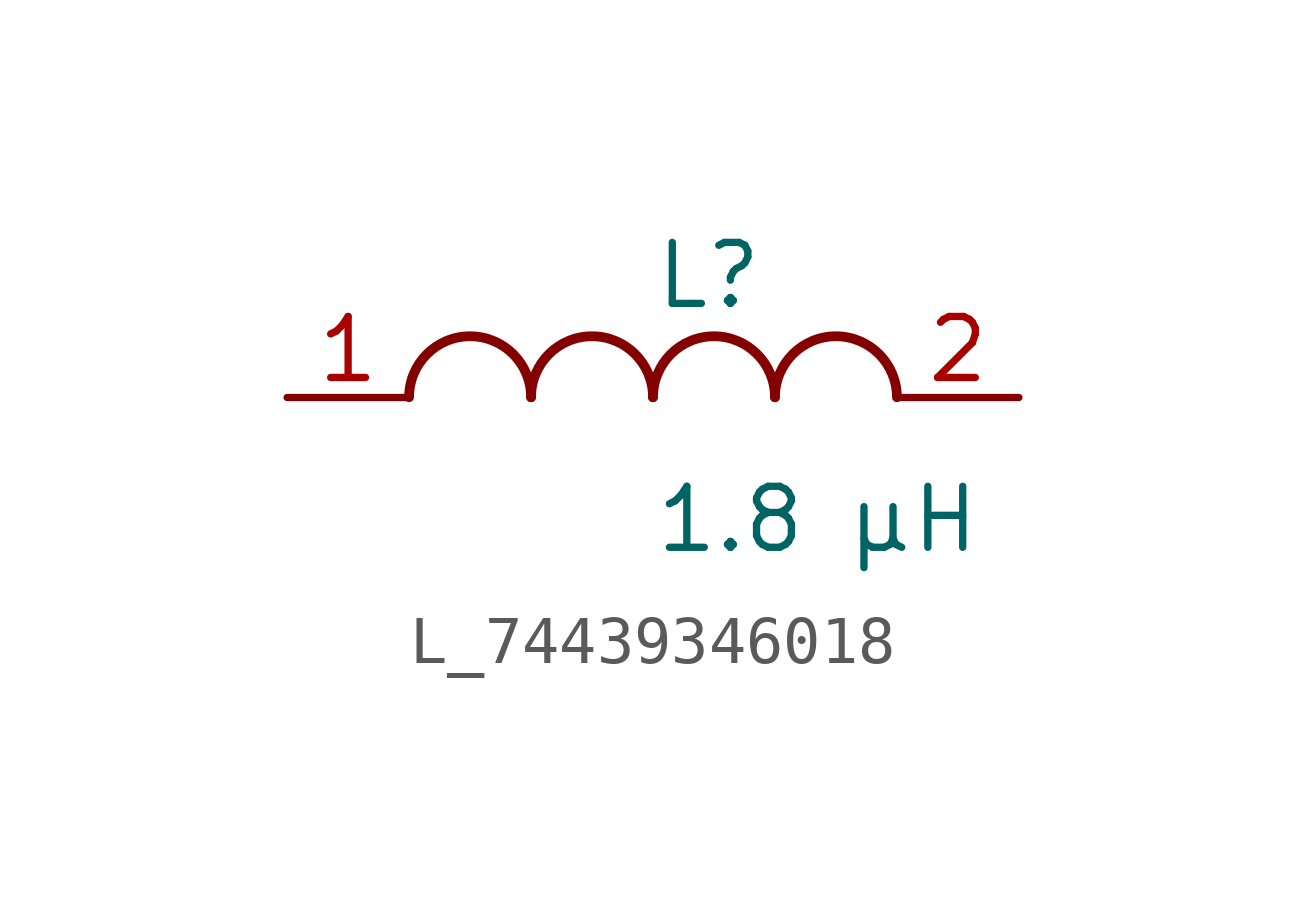
<source format=kicad_sym>
(kicad_symbol_lib
  (version 20231120)
  (generator kicad_symbol_editor)
  (generator_version 8.0)
  (symbol "L_74439346018"
    (pin_names
      (offset 0.254))
    (property "Reference" "L"
      (at 0 2.54 0)
      (effects (font (size 1.27 1.27)) (justify left)))
    (property "Value" "1.8 µH"
      (at 0 -2.54 0)
      (effects (font (size 1.27 1.27)) (justify left)))
    (symbol "L_74439346018_1_1"
      (arc (start -2.54 0.0056) (mid -3.81 1.27) (end -5.08 0.0056) (stroke (width 0.2032) (type default)) (fill (type none)))
      (arc (start 0 0.0056) (mid -1.27 1.27) (end -2.54 0.0056) (stroke (width 0.2032) (type default)) (fill (type none)))
      (arc (start 2.54 0.0056) (mid 1.27 1.27) (end 0 0.0056) (stroke (width 0.2032) (type default)) (fill (type none)))
      (arc (start 5.08 0.0056) (mid 3.81 1.27) (end 2.54 0.0056) (stroke (width 0.2032) (type default)) (fill (type none)))
      (pin passive line (at -7.62 0 0) (length 2.54) (name "" (effects (font (size 1.27 1.27)))) (number "1" (effects (font (size 1.27 1.27)))))
      (pin passive line (at 7.62 0 180) (length 2.54) (name "" (effects (font (size 1.27 1.27)))) (number "2" (effects (font (size 1.27 1.27))))))))
</source>
